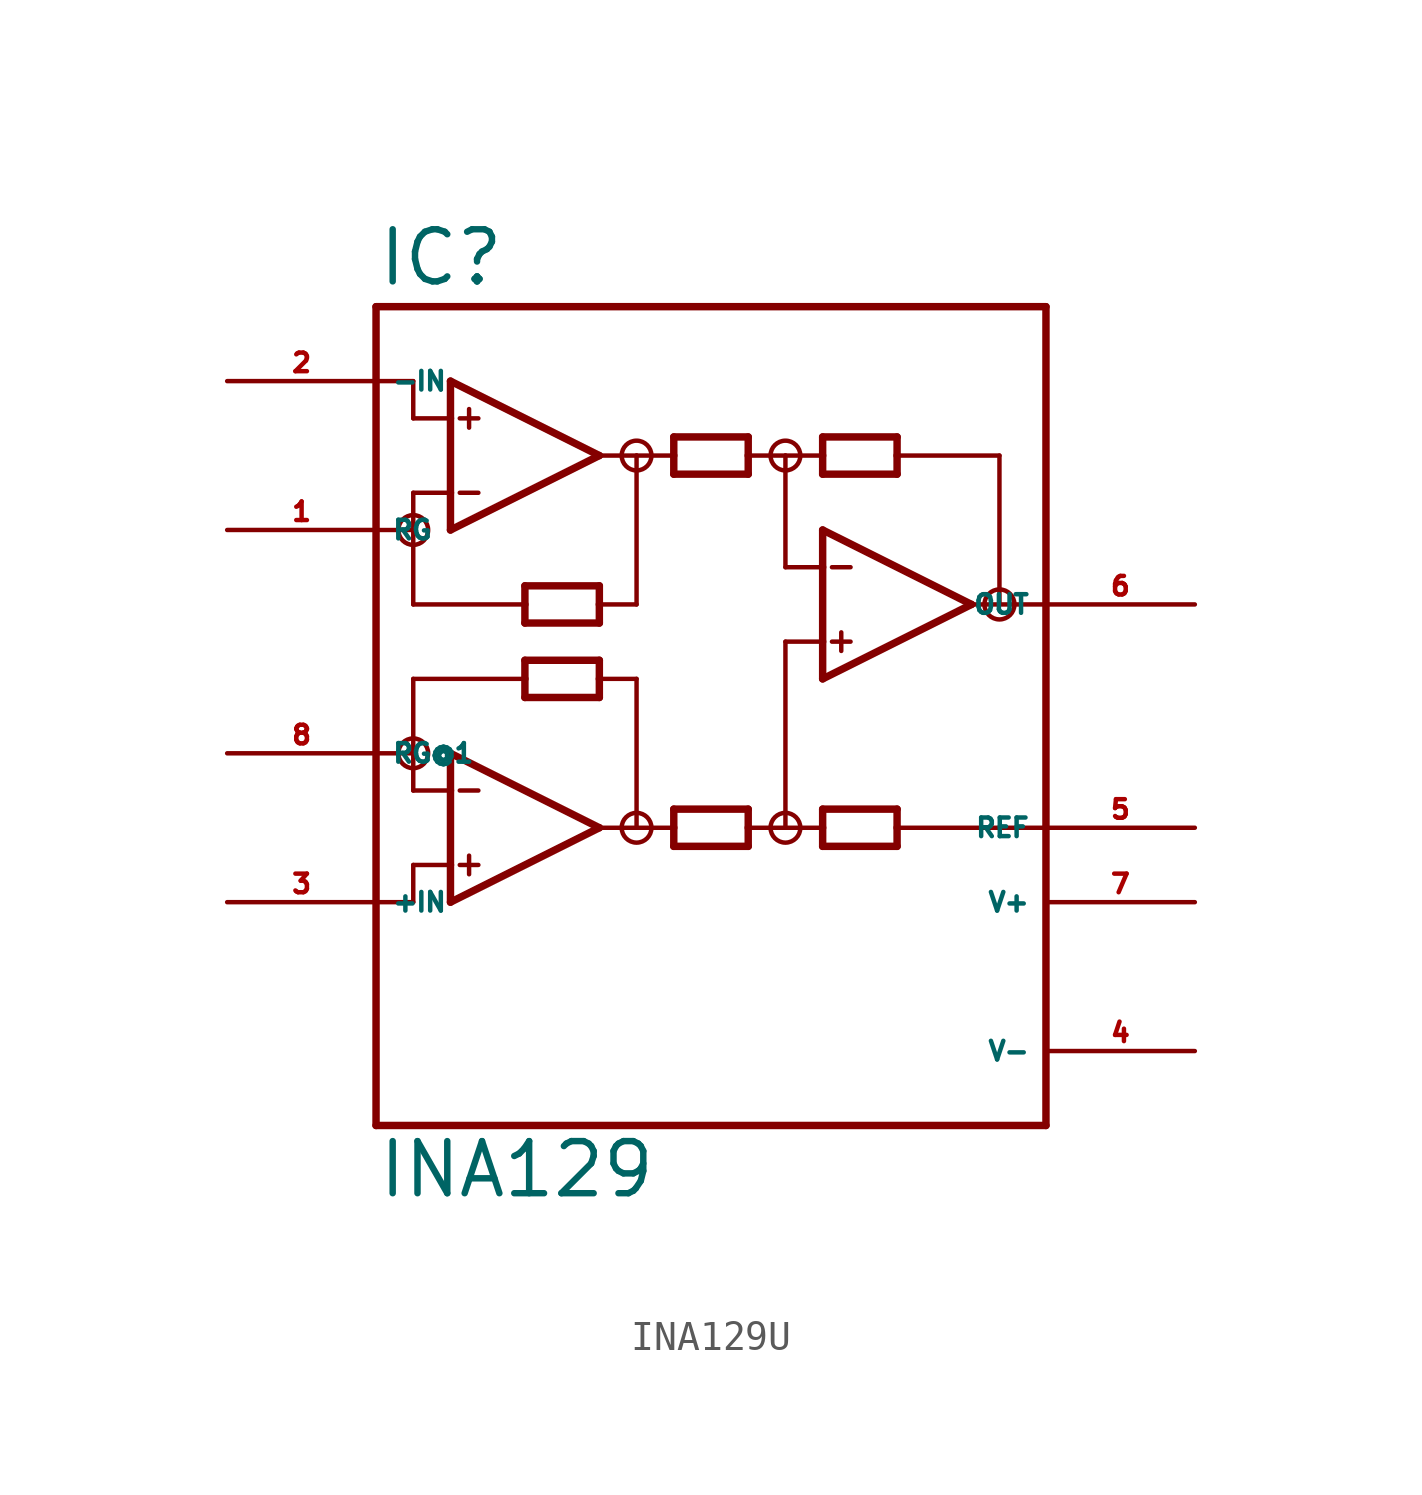
<source format=kicad_sym>
(kicad_symbol_lib
  (version 20220914)
  (generator Eagle2Kicad)
  (symbol "INA129U"
    (property "Reference" "IC"
      (at -10.16 13.335 0)
      (effects (font (size 1.778 1.778) (thickness 0.22)) (justify left bottom)))
    (property "Value" "INA129"
      (at -10.16 -17.78 0)
      (effects (font (size 1.778 1.778) (thickness 0.22)) (justify left bottom)))
    (polyline
      (pts (xy -7.62 5.08) (xy -7.62 6.35))
      (stroke (width 0.254) (type default))
      (fill (type none)))
    (polyline
      (pts (xy -7.62 6.35) (xy -7.62 8.89))
      (stroke (width 0.254) (type default))
      (fill (type none)))
    (polyline
      (pts (xy -7.62 8.89) (xy -7.62 10.16))
      (stroke (width 0.254) (type default))
      (fill (type none)))
    (polyline
      (pts (xy -7.62 10.16) (xy -2.54 7.62))
      (stroke (width 0.254) (type default))
      (fill (type none)))
    (polyline
      (pts (xy -2.54 7.62) (xy -7.62 5.08))
      (stroke (width 0.254) (type default))
      (fill (type none)))
    (polyline
      (pts (xy -2.54 1.905) (xy -2.54 2.54))
      (stroke (width 0.254) (type default))
      (fill (type none)))
    (polyline
      (pts (xy -2.54 2.54) (xy -2.54 3.175))
      (stroke (width 0.254) (type default))
      (fill (type none)))
    (polyline
      (pts (xy -2.54 3.175) (xy -5.08 3.175))
      (stroke (width 0.254) (type default))
      (fill (type none)))
    (polyline
      (pts (xy -5.08 3.175) (xy -5.08 2.54))
      (stroke (width 0.254) (type default))
      (fill (type none)))
    (polyline
      (pts (xy -5.08 2.54) (xy -5.08 1.905))
      (stroke (width 0.254) (type default))
      (fill (type none)))
    (polyline
      (pts (xy -5.08 1.905) (xy -2.54 1.905))
      (stroke (width 0.254) (type default))
      (fill (type none)))
    (polyline
      (pts (xy 0 6.985) (xy 0 7.62))
      (stroke (width 0.254) (type default))
      (fill (type none)))
    (polyline
      (pts (xy 0 7.62) (xy 0 8.255))
      (stroke (width 0.254) (type default))
      (fill (type none)))
    (polyline
      (pts (xy 0 8.255) (xy 2.54 8.255))
      (stroke (width 0.254) (type default))
      (fill (type none)))
    (polyline
      (pts (xy 2.54 8.255) (xy 2.54 7.62))
      (stroke (width 0.254) (type default))
      (fill (type none)))
    (polyline
      (pts (xy 2.54 7.62) (xy 2.54 6.985))
      (stroke (width 0.254) (type default))
      (fill (type none)))
    (polyline
      (pts (xy 2.54 6.985) (xy 0 6.985))
      (stroke (width 0.254) (type default))
      (fill (type none)))
    (polyline
      (pts (xy -7.62 8.89) (xy -8.89 8.89))
      (stroke (width 0.152) (type default))
      (fill (type none)))
    (polyline
      (pts (xy 7.62 8.255) (xy 7.62 7.62))
      (stroke (width 0.254) (type default))
      (fill (type none)))
    (polyline
      (pts (xy 7.62 7.62) (xy 7.62 6.985))
      (stroke (width 0.254) (type default))
      (fill (type none)))
    (polyline
      (pts (xy 7.62 6.985) (xy 5.08 6.985))
      (stroke (width 0.254) (type default))
      (fill (type none)))
    (polyline
      (pts (xy 5.08 6.985) (xy 5.08 7.62))
      (stroke (width 0.254) (type default))
      (fill (type none)))
    (polyline
      (pts (xy 5.08 7.62) (xy 5.08 8.255))
      (stroke (width 0.254) (type default))
      (fill (type none)))
    (polyline
      (pts (xy 5.08 8.255) (xy 7.62 8.255))
      (stroke (width 0.254) (type default))
      (fill (type none)))
    (polyline
      (pts (xy 5.08 -4.445) (xy 5.08 -5.08))
      (stroke (width 0.254) (type default))
      (fill (type none)))
    (polyline
      (pts (xy 5.08 -5.08) (xy 5.08 -5.715))
      (stroke (width 0.254) (type default))
      (fill (type none)))
    (polyline
      (pts (xy 5.08 -5.715) (xy 7.62 -5.715))
      (stroke (width 0.254) (type default))
      (fill (type none)))
    (polyline
      (pts (xy 7.62 -5.715) (xy 7.62 -5.08))
      (stroke (width 0.254) (type default))
      (fill (type none)))
    (polyline
      (pts (xy 7.62 -5.08) (xy 7.62 -4.445))
      (stroke (width 0.254) (type default))
      (fill (type none)))
    (polyline
      (pts (xy 7.62 -4.445) (xy 5.08 -4.445))
      (stroke (width 0.254) (type default))
      (fill (type none)))
    (polyline
      (pts (xy -7.62 6.35) (xy -8.89 6.35))
      (stroke (width 0.152) (type default))
      (fill (type none)))
    (polyline
      (pts (xy -7.303 8.89) (xy -6.668 8.89))
      (stroke (width 0.152) (type default))
      (fill (type none)))
    (polyline
      (pts (xy -7.303 6.35) (xy -6.668 6.35))
      (stroke (width 0.152) (type default))
      (fill (type none)))
    (polyline
      (pts (xy -6.985 9.207) (xy -6.985 8.572))
      (stroke (width 0.152) (type default))
      (fill (type none)))
    (polyline
      (pts (xy -10.16 -15.24) (xy 12.7 -15.24))
      (stroke (width 0.254) (type default))
      (fill (type none)))
    (polyline
      (pts (xy 12.7 -15.24) (xy 12.7 -5.08))
      (stroke (width 0.254) (type default))
      (fill (type none)))
    (polyline
      (pts (xy 12.7 -5.08) (xy 12.7 2.54))
      (stroke (width 0.254) (type default))
      (fill (type none)))
    (polyline
      (pts (xy 12.7 2.54) (xy 12.7 12.7))
      (stroke (width 0.254) (type default))
      (fill (type none)))
    (polyline
      (pts (xy 12.7 12.7) (xy -10.16 12.7))
      (stroke (width 0.254) (type default))
      (fill (type none)))
    (polyline
      (pts (xy -10.16 12.7) (xy -10.16 10.16))
      (stroke (width 0.254) (type default))
      (fill (type none)))
    (polyline
      (pts (xy -10.16 10.16) (xy -10.16 5.08))
      (stroke (width 0.254) (type default))
      (fill (type none)))
    (polyline
      (pts (xy -10.16 5.08) (xy -10.16 -2.54))
      (stroke (width 0.254) (type default))
      (fill (type none)))
    (polyline
      (pts (xy -10.16 -2.54) (xy -10.16 -7.62))
      (stroke (width 0.254) (type default))
      (fill (type none)))
    (polyline
      (pts (xy -10.16 -7.62) (xy -10.16 -15.24))
      (stroke (width 0.254) (type default))
      (fill (type none)))
    (polyline
      (pts (xy -7.62 -7.62) (xy -7.62 -6.35))
      (stroke (width 0.254) (type default))
      (fill (type none)))
    (polyline
      (pts (xy -7.62 -6.35) (xy -7.62 -3.81))
      (stroke (width 0.254) (type default))
      (fill (type none)))
    (polyline
      (pts (xy -7.62 -3.81) (xy -7.62 -2.54))
      (stroke (width 0.254) (type default))
      (fill (type none)))
    (polyline
      (pts (xy -7.62 -2.54) (xy -2.54 -5.08))
      (stroke (width 0.254) (type default))
      (fill (type none)))
    (polyline
      (pts (xy -2.54 -5.08) (xy -7.62 -7.62))
      (stroke (width 0.254) (type default))
      (fill (type none)))
    (polyline
      (pts (xy 2.54 -5.715) (xy 2.54 -5.08))
      (stroke (width 0.254) (type default))
      (fill (type none)))
    (polyline
      (pts (xy 2.54 -5.08) (xy 2.54 -4.445))
      (stroke (width 0.254) (type default))
      (fill (type none)))
    (polyline
      (pts (xy 2.54 -4.445) (xy 0 -4.445))
      (stroke (width 0.254) (type default))
      (fill (type none)))
    (polyline
      (pts (xy 0 -4.445) (xy 0 -5.08))
      (stroke (width 0.254) (type default))
      (fill (type none)))
    (polyline
      (pts (xy 0 -5.08) (xy 0 -5.715))
      (stroke (width 0.254) (type default))
      (fill (type none)))
    (polyline
      (pts (xy 0 -5.715) (xy 2.54 -5.715))
      (stroke (width 0.254) (type default))
      (fill (type none)))
    (polyline
      (pts (xy -5.08 -0.635) (xy -5.08 0))
      (stroke (width 0.254) (type default))
      (fill (type none)))
    (polyline
      (pts (xy -5.08 0) (xy -5.08 0.635))
      (stroke (width 0.254) (type default))
      (fill (type none)))
    (polyline
      (pts (xy -5.08 0.635) (xy -2.54 0.635))
      (stroke (width 0.254) (type default))
      (fill (type none)))
    (polyline
      (pts (xy -2.54 0.635) (xy -2.54 0))
      (stroke (width 0.254) (type default))
      (fill (type none)))
    (polyline
      (pts (xy -2.54 0) (xy -2.54 -0.635))
      (stroke (width 0.254) (type default))
      (fill (type none)))
    (polyline
      (pts (xy -2.54 -0.635) (xy -5.08 -0.635))
      (stroke (width 0.254) (type default))
      (fill (type none)))
    (polyline
      (pts (xy -7.62 -3.81) (xy -8.89 -3.81))
      (stroke (width 0.152) (type default))
      (fill (type none)))
    (polyline
      (pts (xy -7.62 -6.35) (xy -8.89 -6.35))
      (stroke (width 0.152) (type default))
      (fill (type none)))
    (polyline
      (pts (xy -7.303 -3.81) (xy -6.668 -3.81))
      (stroke (width 0.152) (type default))
      (fill (type none)))
    (polyline
      (pts (xy -7.303 -6.35) (xy -6.668 -6.35))
      (stroke (width 0.152) (type default))
      (fill (type none)))
    (polyline
      (pts (xy -6.985 -6.032) (xy -6.985 -6.668))
      (stroke (width 0.152) (type default))
      (fill (type none)))
    (polyline
      (pts (xy -8.89 8.89) (xy -8.89 10.16))
      (stroke (width 0.152) (type default))
      (fill (type none)))
    (polyline
      (pts (xy -8.89 10.16) (xy -10.16 10.16))
      (stroke (width 0.152) (type default))
      (fill (type none)))
    (polyline
      (pts (xy -8.89 6.35) (xy -8.89 5.08))
      (stroke (width 0.152) (type default))
      (fill (type none)))
    (polyline
      (pts (xy -8.89 5.08) (xy -10.16 5.08))
      (stroke (width 0.152) (type default))
      (fill (type none)))
    (polyline
      (pts (xy 5.08 0) (xy 5.08 1.27))
      (stroke (width 0.254) (type default))
      (fill (type none)))
    (polyline
      (pts (xy 5.08 1.27) (xy 5.08 3.81))
      (stroke (width 0.254) (type default))
      (fill (type none)))
    (polyline
      (pts (xy 5.08 3.81) (xy 5.08 5.08))
      (stroke (width 0.254) (type default))
      (fill (type none)))
    (polyline
      (pts (xy 5.08 5.08) (xy 10.16 2.54))
      (stroke (width 0.254) (type default))
      (fill (type none)))
    (polyline
      (pts (xy 10.16 2.54) (xy 5.08 0))
      (stroke (width 0.254) (type default))
      (fill (type none)))
    (polyline
      (pts (xy 5.08 1.27) (xy 3.81 1.27))
      (stroke (width 0.152) (type default))
      (fill (type none)))
    (polyline
      (pts (xy 5.397 3.81) (xy 6.032 3.81))
      (stroke (width 0.152) (type default))
      (fill (type none)))
    (polyline
      (pts (xy 5.397 1.27) (xy 6.032 1.27))
      (stroke (width 0.152) (type default))
      (fill (type none)))
    (polyline
      (pts (xy 5.715 1.587) (xy 5.715 0.953))
      (stroke (width 0.152) (type default))
      (fill (type none)))
    (polyline
      (pts (xy -2.54 7.62) (xy -1.27 7.62))
      (stroke (width 0.152) (type default))
      (fill (type none)))
    (polyline
      (pts (xy -1.27 7.62) (xy 0 7.62))
      (stroke (width 0.152) (type default))
      (fill (type none)))
    (polyline
      (pts (xy 2.54 7.62) (xy 3.81 7.62))
      (stroke (width 0.152) (type default))
      (fill (type none)))
    (polyline
      (pts (xy 3.81 7.62) (xy 5.08 7.62))
      (stroke (width 0.152) (type default))
      (fill (type none)))
    (polyline
      (pts (xy 10.16 2.54) (xy 11.113 2.54))
      (stroke (width 0.152) (type default))
      (fill (type none)))
    (polyline
      (pts (xy 11.113 2.54) (xy 11.113 7.62))
      (stroke (width 0.152) (type default))
      (fill (type none)))
    (polyline
      (pts (xy 11.113 7.62) (xy 7.62 7.62))
      (stroke (width 0.152) (type default))
      (fill (type none)))
    (polyline
      (pts (xy 11.113 2.54) (xy 12.7 2.54))
      (stroke (width 0.152) (type default))
      (fill (type none)))
    (polyline
      (pts (xy -8.89 5.08) (xy -8.89 2.54))
      (stroke (width 0.152) (type default))
      (fill (type none)))
    (polyline
      (pts (xy -8.89 2.54) (xy -5.08 2.54))
      (stroke (width 0.152) (type default))
      (fill (type none)))
    (polyline
      (pts (xy -1.27 7.62) (xy -1.27 2.54))
      (stroke (width 0.152) (type default))
      (fill (type none)))
    (polyline
      (pts (xy -1.27 2.54) (xy -2.54 2.54))
      (stroke (width 0.152) (type default))
      (fill (type none)))
    (polyline
      (pts (xy 3.81 7.62) (xy 3.81 3.81))
      (stroke (width 0.152) (type default))
      (fill (type none)))
    (polyline
      (pts (xy 3.81 3.81) (xy 5.08 3.81))
      (stroke (width 0.152) (type default))
      (fill (type none)))
    (polyline
      (pts (xy -5.08 0) (xy -8.89 0))
      (stroke (width 0.152) (type default))
      (fill (type none)))
    (polyline
      (pts (xy -8.89 0) (xy -8.89 -2.54))
      (stroke (width 0.152) (type default))
      (fill (type none)))
    (polyline
      (pts (xy -8.89 -2.54) (xy -8.89 -3.81))
      (stroke (width 0.152) (type default))
      (fill (type none)))
    (polyline
      (pts (xy -2.54 0) (xy -1.27 0))
      (stroke (width 0.152) (type default))
      (fill (type none)))
    (polyline
      (pts (xy -1.27 0) (xy -1.27 -5.08))
      (stroke (width 0.152) (type default))
      (fill (type none)))
    (polyline
      (pts (xy -1.27 -5.08) (xy -2.54 -5.08))
      (stroke (width 0.152) (type default))
      (fill (type none)))
    (polyline
      (pts (xy -1.27 -5.08) (xy 0 -5.08))
      (stroke (width 0.152) (type default))
      (fill (type none)))
    (polyline
      (pts (xy 2.54 -5.08) (xy 3.81 -5.08))
      (stroke (width 0.152) (type default))
      (fill (type none)))
    (polyline
      (pts (xy 3.81 -5.08) (xy 5.08 -5.08))
      (stroke (width 0.152) (type default))
      (fill (type none)))
    (polyline
      (pts (xy -8.89 -6.35) (xy -8.89 -7.62))
      (stroke (width 0.152) (type default))
      (fill (type none)))
    (polyline
      (pts (xy -8.89 -7.62) (xy -10.16 -7.62))
      (stroke (width 0.152) (type default))
      (fill (type none)))
    (polyline
      (pts (xy -10.16 -2.54) (xy -8.89 -2.54))
      (stroke (width 0.152) (type default))
      (fill (type none)))
    (polyline
      (pts (xy 3.81 1.27) (xy 3.81 -5.08))
      (stroke (width 0.152) (type default))
      (fill (type none)))
    (polyline
      (pts (xy 7.62 -5.08) (xy 12.7 -5.08))
      (stroke (width 0.152) (type default))
      (fill (type none)))
    (circle
      (center -1.27 7.62)
      (radius 0.508)
      (stroke (width 0) (type default))
      (fill (type none)))
    (circle
      (center 3.81 7.62)
      (radius 0.508)
      (stroke (width 0) (type default))
      (fill (type none)))
    (circle
      (center 11.113 2.54)
      (radius 0.512)
      (stroke (width 0) (type default))
      (fill (type none)))
    (circle
      (center -1.27 -5.08)
      (radius 0.508)
      (stroke (width 0) (type default))
      (fill (type none)))
    (circle
      (center -8.89 -2.54)
      (radius 0.508)
      (stroke (width 0) (type default))
      (fill (type none)))
    (circle
      (center -8.89 5.08)
      (radius 0.508)
      (stroke (width 0) (type default))
      (fill (type none)))
    (circle
      (center 3.81 -5.08)
      (radius 0.508)
      (stroke (width 0) (type default))
      (fill (type none)))
    (pin input line
      (at -15.24 -7.62 0)
      (length 5.08)
      (name "+IN" (effects (font (size 0.635 0.635) (thickness 0.08)) (justify left bottom)))
      (number "3" (effects (font (size 0.635 0.635) (thickness 0.08)) (justify left bottom))))
    (pin input line
      (at -15.24 10.16 0)
      (length 5.08)
      (name "-IN" (effects (font (size 0.635 0.635) (thickness 0.08)) (justify left bottom)))
      (number "2" (effects (font (size 0.635 0.635) (thickness 0.08)) (justify left bottom))))
    (pin output line
      (at 17.78 2.54 180)
      (length 5.08)
      (name "OUT" (effects (font (size 0.635 0.635) (thickness 0.08)) (justify left bottom)))
      (number "6" (effects (font (size 0.635 0.635) (thickness 0.08)) (justify left bottom))))
    (pin passive line
      (at 17.78 -5.08 180)
      (length 5.08)
      (name "REF" (effects (font (size 0.635 0.635) (thickness 0.08)) (justify left bottom)))
      (number "5" (effects (font (size 0.635 0.635) (thickness 0.08)) (justify left bottom))))
    (pin unspecified line
      (at 17.78 -7.62 180)
      (length 5.08)
      (name "V+" (effects (font (size 0.635 0.635) (thickness 0.08)) (justify left bottom)))
      (number "7" (effects (font (size 0.635 0.635) (thickness 0.08)) (justify left bottom))))
    (pin unspecified line
      (at 17.78 -12.7 180)
      (length 5.08)
      (name "V-" (effects (font (size 0.635 0.635) (thickness 0.08)) (justify left bottom)))
      (number "4" (effects (font (size 0.635 0.635) (thickness 0.08)) (justify left bottom))))
    (pin passive line
      (at -15.24 5.08 0)
      (length 5.08)
      (name "RG" (effects (font (size 0.635 0.635) (thickness 0.08)) (justify left bottom)))
      (number "1" (effects (font (size 0.635 0.635) (thickness 0.08)) (justify left bottom))))
    (pin passive line
      (at -15.24 -2.54 0)
      (length 5.08)
      (name "RG@1" (effects (font (size 0.635 0.635) (thickness 0.08)) (justify left bottom)))
      (number "8" (effects (font (size 0.635 0.635) (thickness 0.08)) (justify left bottom))))))
</source>
